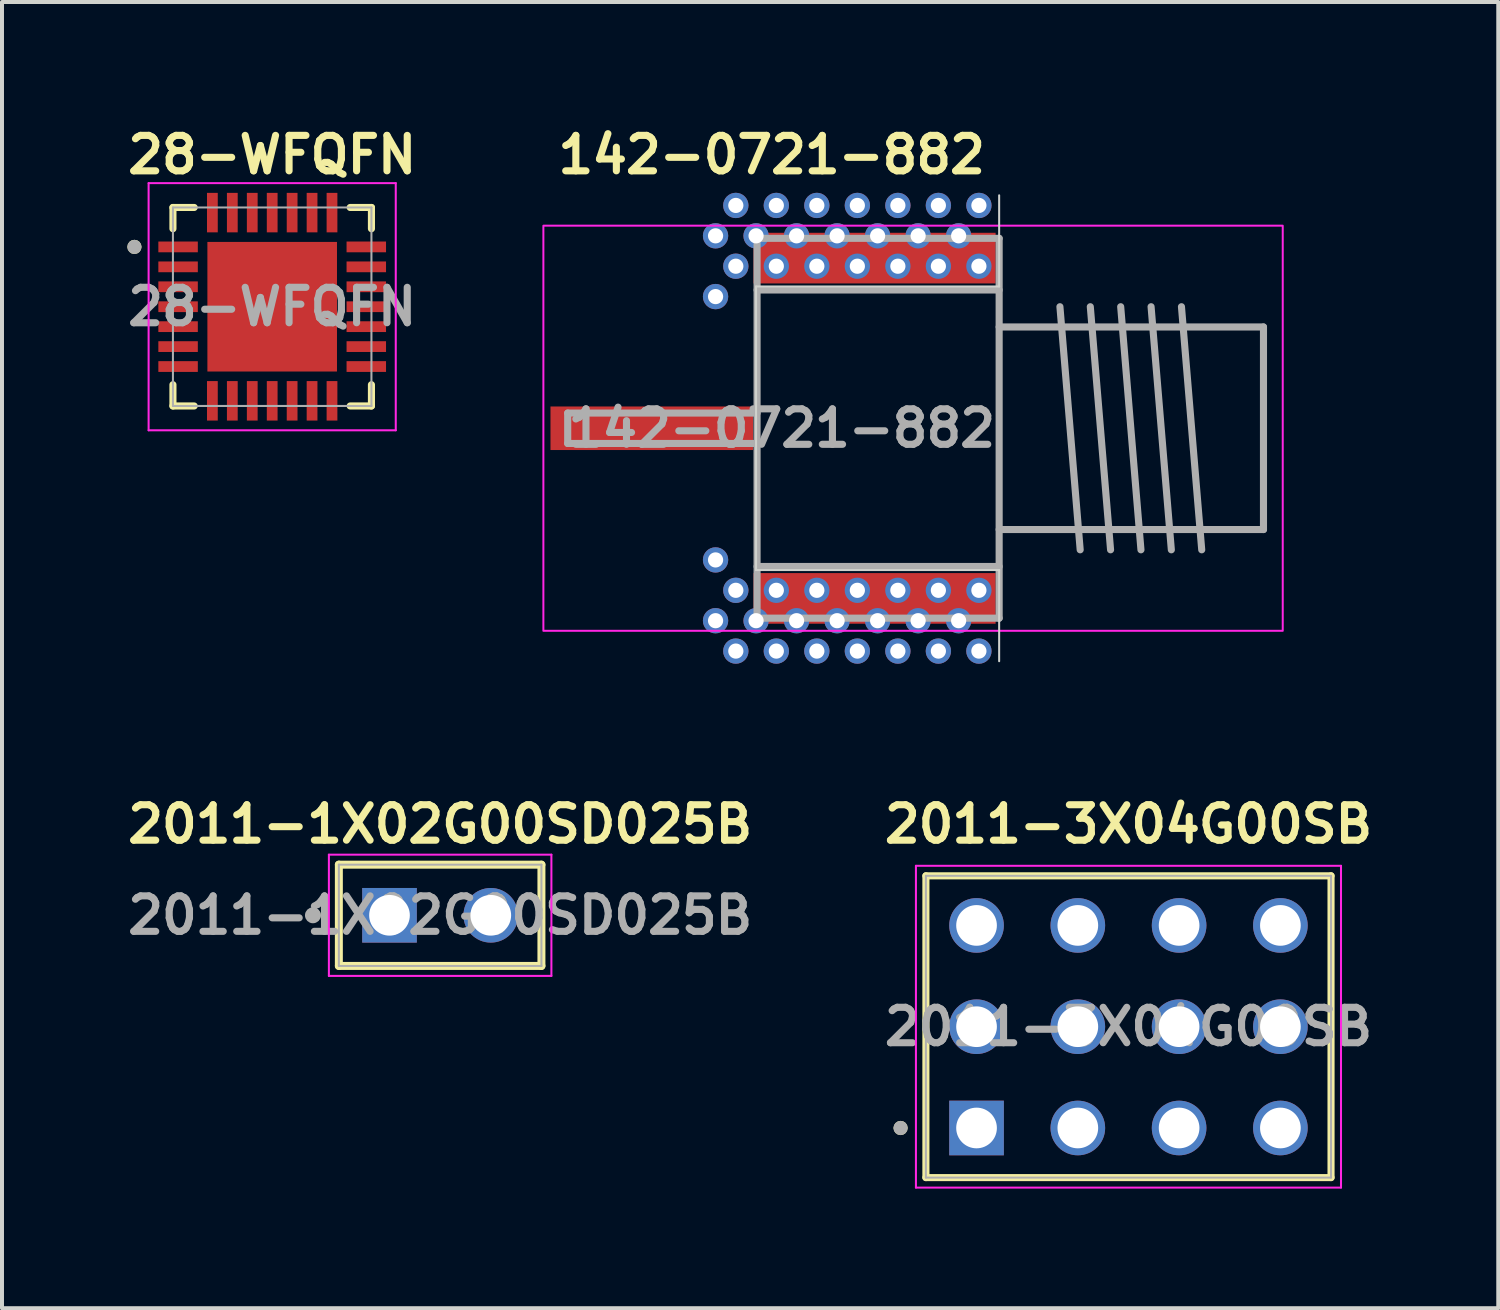
<source format=kicad_pcb>
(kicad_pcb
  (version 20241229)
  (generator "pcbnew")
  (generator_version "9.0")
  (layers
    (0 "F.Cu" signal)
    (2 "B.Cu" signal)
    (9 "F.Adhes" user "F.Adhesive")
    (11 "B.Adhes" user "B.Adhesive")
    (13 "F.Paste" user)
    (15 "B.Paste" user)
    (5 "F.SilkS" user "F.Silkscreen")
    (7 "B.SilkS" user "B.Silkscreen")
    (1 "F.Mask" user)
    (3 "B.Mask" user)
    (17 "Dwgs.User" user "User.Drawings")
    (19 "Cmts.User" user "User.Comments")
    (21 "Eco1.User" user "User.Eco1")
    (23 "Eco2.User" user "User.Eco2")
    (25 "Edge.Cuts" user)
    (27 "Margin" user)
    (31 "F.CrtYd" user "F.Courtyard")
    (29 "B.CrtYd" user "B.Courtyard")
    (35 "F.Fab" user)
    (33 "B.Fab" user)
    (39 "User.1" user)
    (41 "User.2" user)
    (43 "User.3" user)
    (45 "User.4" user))
  (footprint "2011-1X02G00SD025B"
    (layer "F.Cu")
    (at 7.988 19.904)
    (property "Reference" "2011-1X02G00SD025B" (at 0 -2.286 0) (layer "F.SilkS") (effects (font (size 0.889 0.889) (thickness 0.178))))
    (attr through_hole)
    (fp_line (start -2.54 1.27) (end -2.54 -1.27) (stroke (width 0.2) (type solid)) (layer "F.SilkS"))
    (fp_line (start 2.54 -1.27) (end -2.54 -1.27) (stroke (width 0.2) (type solid)) (layer "F.SilkS"))
    (fp_line (start 2.54 -1.27) (end 2.54 1.27) (stroke (width 0.2) (type solid)) (layer "F.SilkS"))
    (fp_line (start 2.54 1.27) (end -2.54 1.27) (stroke (width 0.2) (type solid)) (layer "F.SilkS"))
    (fp_circle (center -3.175 0) (end -3.086 0) (stroke (width 0.178) (type solid)) (fill no) (layer "F.SilkS"))
    (fp_line (start -2.79 -1.52) (end 2.79 -1.52) (stroke (width 0.051) (type solid)) (layer "F.CrtYd"))
    (fp_line (start -2.79 1.52) (end -2.79 -1.52) (stroke (width 0.051) (type solid)) (layer "F.CrtYd"))
    (fp_line (start 2.79 -1.52) (end 2.79 1.52) (stroke (width 0.051) (type solid)) (layer "F.CrtYd"))
    (fp_line (start 2.79 1.52) (end -2.79 1.52) (stroke (width 0.051) (type solid)) (layer "F.CrtYd"))
    (fp_line (start -2.54 -1.27) (end 2.54 -1.27) (stroke (width 0.051) (type solid)) (layer "F.Fab"))
    (fp_line (start -2.54 1.27) (end -2.54 -1.27) (stroke (width 0.051) (type solid)) (layer "F.Fab"))
    (fp_line (start 2.54 -1.27) (end 2.54 1.27) (stroke (width 0.051) (type solid)) (layer "F.Fab"))
    (fp_line (start 2.54 1.27) (end -2.54 1.27) (stroke (width 0.051) (type solid)) (layer "F.Fab"))
    (fp_circle (center -3.19 0) (end -3.09 0) (stroke (width 0.2) (type solid)) (fill no) (layer "F.Fab"))
    (fp_text user "${REFERENCE}" (at 0 0 0) (layer "F.Fab") (effects (font (size 0.889 0.889) (thickness 0.178) (bold yes))))
    (pad "01" thru_hole rect (at -1.27 0) (size 1.37 1.37) (drill 1.02) (layers "*.Cu" "*.Mask"))
    (pad "02" thru_hole circle (at 1.27 0) (size 1.37 1.37) (drill 1.02) (layers "*.Cu" "*.Mask")))
  (footprint "2011-3X04G00SB"
    (layer "F.Cu")
    (at 25.25 22.698)
    (property "Reference" "2011-3X04G00SB" (at 0 -5.08 0) (layer "F.SilkS") (effects (font (size 0.889 0.889) (thickness 0.178) (bold yes))))
    (attr through_hole)
    (fp_line (start -5.08 3.784) (end -5.08 -3.784) (stroke (width 0.178) (type solid)) (layer "F.SilkS"))
    (fp_line (start 5.08 -3.784) (end -5.08 -3.784) (stroke (width 0.178) (type solid)) (layer "F.SilkS"))
    (fp_line (start 5.08 -3.784) (end 5.08 3.784) (stroke (width 0.178) (type solid)) (layer "F.SilkS"))
    (fp_line (start 5.08 3.784) (end -5.08 3.784) (stroke (width 0.178) (type solid)) (layer "F.SilkS"))
    (fp_circle (center -5.715 2.54) (end -5.626 2.54) (stroke (width 0.178) (type solid)) (fill no) (layer "F.SilkS"))
    (fp_line (start -5.33 -4.035) (end 5.33 -4.035) (stroke (width 0.051) (type solid)) (layer "F.CrtYd"))
    (fp_line (start -5.33 4.035) (end -5.33 -4.035) (stroke (width 0.051) (type solid)) (layer "F.CrtYd"))
    (fp_line (start 5.33 -4.035) (end 5.33 4.035) (stroke (width 0.051) (type solid)) (layer "F.CrtYd"))
    (fp_line (start 5.33 4.035) (end -5.33 4.035) (stroke (width 0.051) (type solid)) (layer "F.CrtYd"))
    (fp_line (start -5.08 -3.784) (end 5.08 -3.784) (stroke (width 0.051) (type solid)) (layer "F.Fab"))
    (fp_line (start -5.08 3.784) (end -5.08 -3.784) (stroke (width 0.051) (type solid)) (layer "F.Fab"))
    (fp_line (start 5.08 -3.784) (end 5.08 3.784) (stroke (width 0.051) (type solid)) (layer "F.Fab"))
    (fp_line (start 5.08 3.784) (end -5.08 3.784) (stroke (width 0.051) (type solid)) (layer "F.Fab"))
    (fp_circle (center -5.715 2.54) (end -5.626 2.54) (stroke (width 0.178) (type solid)) (fill no) (layer "F.Fab"))
    (fp_text user "${REFERENCE}" (at 0 0 0) (layer "F.Fab") (effects (font (size 0.889 0.889) (thickness 0.178) (bold yes))))
    (pad "01" thru_hole rect (at -3.81 2.54) (size 1.37 1.37) (drill 1.02) (layers "*.Cu" "*.Mask"))
    (pad "02" thru_hole circle (at -3.81 0) (size 1.37 1.37) (drill 1.02) (layers "*.Cu" "*.Mask"))
    (pad "03" thru_hole circle (at -3.81 -2.54) (size 1.37 1.37) (drill 1.02) (layers "*.Cu" "*.Mask"))
    (pad "04" thru_hole circle (at -1.27 2.54) (size 1.37 1.37) (drill 1.02) (layers "*.Cu" "*.Mask"))
    (pad "05" thru_hole circle (at -1.27 0) (size 1.37 1.37) (drill 1.02) (layers "*.Cu" "*.Mask"))
    (pad "06" thru_hole circle (at -1.27 -2.54) (size 1.37 1.37) (drill 1.02) (layers "*.Cu" "*.Mask"))
    (pad "07" thru_hole circle (at 1.27 2.54) (size 1.37 1.37) (drill 1.02) (layers "*.Cu" "*.Mask"))
    (pad "08" thru_hole circle (at 1.27 0) (size 1.37 1.37) (drill 1.02) (layers "*.Cu" "*.Mask"))
    (pad "09" thru_hole circle (at 1.27 -2.54) (size 1.37 1.37) (drill 1.02) (layers "*.Cu" "*.Mask"))
    (pad "10" thru_hole circle (at 3.81 2.54) (size 1.37 1.37) (drill 1.02) (layers "*.Cu" "*.Mask"))
    (pad "11" thru_hole circle (at 3.81 0) (size 1.37 1.37) (drill 1.02) (layers "*.Cu" "*.Mask"))
    (pad "12" thru_hole circle (at 3.81 -2.54) (size 1.37 1.37) (drill 1.02) (layers "*.Cu" "*.Mask")))
  (footprint "28-WFQFN"
    (layer "F.Cu")
    (at 3.776 4.642)
    (property "Reference" "28-WFQFN" (at 0 -3.81 0) (layer "F.SilkS") (effects (font (size 0.889 0.889) (thickness 0.178))))
    (attr smd)
    (fp_line (start -2.489 -2.489) (end -1.956 -2.489) (stroke (width 0.178) (type solid)) (layer "F.SilkS"))
    (fp_line (start -2.489 -1.956) (end -2.489 -2.489) (stroke (width 0.178) (type solid)) (layer "F.SilkS"))
    (fp_line (start -2.489 2.489) (end -2.489 1.956) (stroke (width 0.178) (type solid)) (layer "F.SilkS"))
    (fp_line (start -1.956 2.489) (end -2.489 2.489) (stroke (width 0.178) (type solid)) (layer "F.SilkS"))
    (fp_line (start 1.956 -2.489) (end 2.489 -2.489) (stroke (width 0.178) (type solid)) (layer "F.SilkS"))
    (fp_line (start 2.489 -2.489) (end 2.489 -1.956) (stroke (width 0.178) (type solid)) (layer "F.SilkS"))
    (fp_line (start 2.489 2.489) (end 1.956 2.489) (stroke (width 0.178) (type solid)) (layer "F.SilkS"))
    (fp_line (start 2.489 2.489) (end 2.489 1.956) (stroke (width 0.178) (type solid)) (layer "F.SilkS"))
    (fp_circle (center -3.455 -1.5) (end -3.366 -1.5) (stroke (width 0.178) (type solid)) (fill no) (layer "F.SilkS"))
    (fp_poly (pts (xy -1.028 -1.028) (xy 1.028 -1.028) (xy 1.028 1.028) (xy -1.028 1.028)) (stroke (width 0.01) (type solid)) (fill yes) (layer "F.Paste"))
    (fp_line (start -3.099 -3.099) (end -3.099 3.099) (stroke (width 0.051) (type solid)) (layer "F.CrtYd"))
    (fp_line (start -3.099 3.099) (end 3.099 3.099) (stroke (width 0.051) (type solid)) (layer "F.CrtYd"))
    (fp_line (start 3.099 -3.099) (end -3.099 -3.099) (stroke (width 0.051) (type solid)) (layer "F.CrtYd"))
    (fp_line (start 3.099 3.099) (end 3.099 -3.099) (stroke (width 0.051) (type solid)) (layer "F.CrtYd"))
    (fp_line (start -2.489 -2.489) (end 2.489 -2.489) (stroke (width 0.051) (type solid)) (layer "F.Fab"))
    (fp_line (start -2.489 2.489) (end -2.489 -2.489) (stroke (width 0.051) (type solid)) (layer "F.Fab"))
    (fp_line (start 2.489 -2.489) (end 2.489 2.489) (stroke (width 0.051) (type solid)) (layer "F.Fab"))
    (fp_line (start 2.489 2.489) (end -2.489 2.489) (stroke (width 0.051) (type solid)) (layer "F.Fab"))
    (fp_circle (center -3.455 -1.5) (end -3.366 -1.5) (stroke (width 0.178) (type solid)) (fill no) (layer "F.Fab"))
    (fp_text user "${REFERENCE}" (at 0 0 0) (layer "F.Fab") (effects (font (size 0.889 0.889) (thickness 0.178) (bold yes))))
    (pad "1" smd rect (at -2.36 -1.5) (size 0.99 0.27) (layers "F.Cu" "F.Mask" "F.Paste"))
    (pad "2" smd rect (at -2.36 -1) (size 0.99 0.27) (layers "F.Cu" "F.Mask" "F.Paste"))
    (pad "3" smd rect (at -2.36 -0.5) (size 0.99 0.27) (layers "F.Cu" "F.Mask" "F.Paste"))
    (pad "4" smd rect (at -2.36 0) (size 0.99 0.27) (layers "F.Cu" "F.Mask" "F.Paste"))
    (pad "5" smd rect (at -2.36 0.5) (size 0.99 0.27) (layers "F.Cu" "F.Mask" "F.Paste"))
    (pad "6" smd rect (at -2.36 1) (size 0.99 0.27) (layers "F.Cu" "F.Mask" "F.Paste"))
    (pad "7" smd rect (at -2.36 1.5) (size 0.99 0.27) (layers "F.Cu" "F.Mask" "F.Paste"))
    (pad "8" smd rect (at -1.5 2.36) (size 0.27 0.99) (layers "F.Cu" "F.Mask" "F.Paste"))
    (pad "9" smd rect (at -1 2.36) (size 0.27 0.99) (layers "F.Cu" "F.Mask" "F.Paste"))
    (pad "10" smd rect (at -0.5 2.36) (size 0.27 0.99) (layers "F.Cu" "F.Mask" "F.Paste"))
    (pad "11" smd rect (at 0 2.36) (size 0.27 0.99) (layers "F.Cu" "F.Mask" "F.Paste"))
    (pad "12" smd rect (at 0.5 2.36) (size 0.27 0.99) (layers "F.Cu" "F.Mask" "F.Paste"))
    (pad "13" smd rect (at 1 2.36) (size 0.27 0.99) (layers "F.Cu" "F.Mask" "F.Paste"))
    (pad "14" smd rect (at 1.5 2.36) (size 0.27 0.99) (layers "F.Cu" "F.Mask" "F.Paste"))
    (pad "15" smd rect (at 2.36 1.5) (size 0.99 0.27) (layers "F.Cu" "F.Mask" "F.Paste"))
    (pad "16" smd rect (at 2.36 1) (size 0.99 0.27) (layers "F.Cu" "F.Mask" "F.Paste"))
    (pad "17" smd rect (at 2.36 0.5) (size 0.99 0.27) (layers "F.Cu" "F.Mask" "F.Paste"))
    (pad "18" smd rect (at 2.36 0) (size 0.99 0.27) (layers "F.Cu" "F.Mask" "F.Paste"))
    (pad "19" smd rect (at 2.36 -0.5) (size 0.99 0.27) (layers "F.Cu" "F.Mask" "F.Paste"))
    (pad "20" smd rect (at 2.36 -1) (size 0.99 0.27) (layers "F.Cu" "F.Mask" "F.Paste"))
    (pad "21" smd rect (at 2.36 -1.5) (size 0.99 0.27) (layers "F.Cu" "F.Mask" "F.Paste"))
    (pad "22" smd rect (at 1.5 -2.36) (size 0.27 0.99) (layers "F.Cu" "F.Mask" "F.Paste"))
    (pad "23" smd rect (at 1 -2.36) (size 0.27 0.99) (layers "F.Cu" "F.Mask" "F.Paste"))
    (pad "24" smd rect (at 0.5 -2.36) (size 0.27 0.99) (layers "F.Cu" "F.Mask" "F.Paste"))
    (pad "25" smd rect (at 0 -2.36) (size 0.27 0.99) (layers "F.Cu" "F.Mask" "F.Paste"))
    (pad "26" smd rect (at -0.5 -2.36) (size 0.27 0.99) (layers "F.Cu" "F.Mask" "F.Paste"))
    (pad "27" smd rect (at -1 -2.36) (size 0.27 0.99) (layers "F.Cu" "F.Mask" "F.Paste"))
    (pad "28" smd rect (at -1.5 -2.36) (size 0.27 0.99) (layers "F.Cu" "F.Mask" "F.Paste"))
    (pad "29" smd rect (at 0 0) (size 3.25 3.25) (layers "F.Cu" "F.Mask")))
  (footprint "142-0721-882"
    (layer "F.Cu")
    (at 22.007 7.69)
    (property "Reference" "142-0721-882" (at -0.254 -6.858 0) (layer "F.SilkS") (effects (font (size 0.889 0.889) (thickness 0.178)) (justify right)))
    (attr smd)
    (fp_rect (start -11.151 -2.54) (end -7.595 2.54) (stroke (width 0) (type solid)) (fill yes) (layer "F.Mask"))
    (fp_rect (start -7.62 -6.096) (end 0 6.096) (stroke (width 0) (type solid)) (fill yes) (layer "F.Mask"))
    (fp_line (start -6.096 -3.556) (end -6.096 3.556) (stroke (width 0.051) (type default)) (layer "Edge.Cuts"))
    (fp_line (start -6.096 3.556) (end 0 3.556) (stroke (width 0.051) (type default)) (layer "Edge.Cuts"))
    (fp_line (start 0 -5.842) (end 0 -3.556) (stroke (width 0.051) (type default)) (layer "Edge.Cuts"))
    (fp_line (start 0 -3.556) (end -6.096 -3.556) (stroke (width 0.051) (type default)) (layer "Edge.Cuts"))
    (fp_line (start 0 3.556) (end 0 5.842) (stroke (width 0.051) (type default)) (layer "Edge.Cuts"))
    (fp_rect (start -11.43 -5.08) (end 7.112 5.08) (stroke (width 0.05) (type default)) (fill no) (layer "F.CrtYd"))
    (fp_line (start -10.82 -0.381) (end -6.071 -0.381) (stroke (width 0.178) (type default)) (layer "F.Fab"))
    (fp_line (start -10.82 0.381) (end -10.82 -0.381) (stroke (width 0.178) (type default)) (layer "F.Fab"))
    (fp_line (start -10.82 0.381) (end -6.071 0.381) (stroke (width 0.178) (type default)) (layer "F.Fab"))
    (fp_line (start -6.071 -4.763) (end 0 -4.763) (stroke (width 0.178) (type default)) (layer "F.Fab"))
    (fp_line (start -6.071 -3.467) (end 0 -3.467) (stroke (width 0.178) (type default)) (layer "F.Fab"))
    (fp_line (start -6.071 4.763) (end -6.071 -4.763) (stroke (width 0.178) (type default)) (layer "F.Fab"))
    (fp_line (start -6.071 4.763) (end 0 4.763) (stroke (width 0.178) (type default)) (layer "F.Fab"))
    (fp_line (start 0 -2.54) (end 6.629 -2.54) (stroke (width 0.178) (type default)) (layer "F.Fab"))
    (fp_line (start 0 2.54) (end 6.629 2.54) (stroke (width 0.178) (type default)) (layer "F.Fab"))
    (fp_line (start 0 3.467) (end -6.071 3.467) (stroke (width 0.178) (type default)) (layer "F.Fab"))
    (fp_line (start 0 4.763) (end 0 -4.763) (stroke (width 0.178) (type default)) (layer "F.Fab"))
    (fp_line (start 1.524 -3.048) (end 2.032 3.048) (stroke (width 0.178) (type default)) (layer "F.Fab"))
    (fp_line (start 2.286 -3.048) (end 2.794 3.048) (stroke (width 0.178) (type default)) (layer "F.Fab"))
    (fp_line (start 3.048 -3.048) (end 3.556 3.048) (stroke (width 0.178) (type default)) (layer "F.Fab"))
    (fp_line (start 3.81 -3.048) (end 4.318 3.048) (stroke (width 0.178) (type default)) (layer "F.Fab"))
    (fp_line (start 4.572 -3.048) (end 5.08 3.048) (stroke (width 0.178) (type default)) (layer "F.Fab"))
    (fp_line (start 6.629 2.54) (end 6.629 -2.54) (stroke (width 0.178) (type default)) (layer "F.Fab"))
    (fp_text user "${REFERENCE}" (at 0 0 0) (layer "F.Fab") (effects (font (size 0.889 0.889) (thickness 0.178) (bold yes)) (justify right)))
    (pad "0" thru_hole circle (at -7.112 -4.826) (size 0.635 0.635) (drill 0.381) (layers "*.Cu" "*.Mask"))
    (pad "0" thru_hole circle (at -7.112 -3.302) (size 0.635 0.635) (drill 0.381) (layers "*.Cu" "*.Mask"))
    (pad "0" thru_hole circle (at -7.112 3.302) (size 0.635 0.635) (drill 0.381) (layers "*.Cu" "*.Mask"))
    (pad "0" thru_hole circle (at -7.112 4.826) (size 0.635 0.635) (drill 0.381) (layers "*.Cu" "*.Mask"))
    (pad "0" thru_hole circle (at -6.604 -5.588) (size 0.635 0.635) (drill 0.381) (layers "*.Cu" "*.Mask"))
    (pad "0" thru_hole circle (at -6.604 -4.064) (size 0.635 0.635) (drill 0.381) (layers "*.Cu" "*.Mask"))
    (pad "0" thru_hole circle (at -6.604 4.064) (size 0.635 0.635) (drill 0.381) (layers "*.Cu" "*.Mask"))
    (pad "0" thru_hole circle (at -6.604 5.588) (size 0.635 0.635) (drill 0.381) (layers "*.Cu" "*.Mask"))
    (pad "0" thru_hole circle (at -6.096 -4.826) (size 0.635 0.635) (drill 0.381) (layers "*.Cu" "*.Mask"))
    (pad "0" thru_hole circle (at -6.096 4.826) (size 0.635 0.635) (drill 0.381) (layers "*.Cu" "*.Mask"))
    (pad "0" thru_hole circle (at -5.588 -5.588) (size 0.635 0.635) (drill 0.381) (layers "*.Cu" "*.Mask"))
    (pad "0" thru_hole circle (at -5.588 -4.064) (size 0.635 0.635) (drill 0.381) (layers "*.Cu" "*.Mask"))
    (pad "0" thru_hole circle (at -5.588 4.064) (size 0.635 0.635) (drill 0.381) (layers "*.Cu" "*.Mask"))
    (pad "0" thru_hole circle (at -5.588 5.588) (size 0.635 0.635) (drill 0.381) (layers "*.Cu" "*.Mask"))
    (pad "0" thru_hole circle (at -5.08 -4.826) (size 0.635 0.635) (drill 0.381) (layers "*.Cu" "*.Mask"))
    (pad "0" thru_hole circle (at -5.08 4.826) (size 0.635 0.635) (drill 0.381) (layers "*.Cu" "*.Mask"))
    (pad "0" thru_hole circle (at -4.572 -5.588) (size 0.635 0.635) (drill 0.381) (layers "*.Cu" "*.Mask"))
    (pad "0" thru_hole circle (at -4.572 -4.064) (size 0.635 0.635) (drill 0.381) (layers "*.Cu" "*.Mask"))
    (pad "0" thru_hole circle (at -4.572 4.064) (size 0.635 0.635) (drill 0.381) (layers "*.Cu" "*.Mask"))
    (pad "0" thru_hole circle (at -4.572 5.588) (size 0.635 0.635) (drill 0.381) (layers "*.Cu" "*.Mask"))
    (pad "0" thru_hole circle (at -4.064 -4.826) (size 0.635 0.635) (drill 0.381) (layers "*.Cu" "*.Mask"))
    (pad "0" thru_hole circle (at -4.064 4.826) (size 0.635 0.635) (drill 0.381) (layers "*.Cu" "*.Mask"))
    (pad "0" thru_hole circle (at -3.556 -5.588) (size 0.635 0.635) (drill 0.381) (layers "*.Cu" "*.Mask"))
    (pad "0" thru_hole circle (at -3.556 -4.064) (size 0.635 0.635) (drill 0.381) (layers "*.Cu" "*.Mask"))
    (pad "0" thru_hole circle (at -3.556 4.064) (size 0.635 0.635) (drill 0.381) (layers "*.Cu" "*.Mask"))
    (pad "0" thru_hole circle (at -3.556 5.588) (size 0.635 0.635) (drill 0.381) (layers "*.Cu" "*.Mask"))
    (pad "0" smd rect (at -3.124 -4.267) (size 6.071 1.27) (layers "F.Cu" "F.Mask" "F.Paste"))
    (pad "0" smd rect (at -3.124 4.267) (size 6.071 1.27) (layers "F.Cu" "F.Mask" "F.Paste"))
    (pad "0" thru_hole circle (at -3.048 -4.826) (size 0.635 0.635) (drill 0.381) (layers "*.Cu" "*.Mask"))
    (pad "0" thru_hole circle (at -3.048 4.826) (size 0.635 0.635) (drill 0.381) (layers "*.Cu" "*.Mask"))
    (pad "0" thru_hole circle (at -2.54 -5.588) (size 0.635 0.635) (drill 0.381) (layers "*.Cu" "*.Mask"))
    (pad "0" thru_hole circle (at -2.54 -4.064) (size 0.635 0.635) (drill 0.381) (layers "*.Cu" "*.Mask"))
    (pad "0" thru_hole circle (at -2.54 4.064) (size 0.635 0.635) (drill 0.381) (layers "*.Cu" "*.Mask"))
    (pad "0" thru_hole circle (at -2.54 5.588) (size 0.635 0.635) (drill 0.381) (layers "*.Cu" "*.Mask"))
    (pad "0" thru_hole circle (at -2.032 -4.826) (size 0.635 0.635) (drill 0.381) (layers "*.Cu" "*.Mask"))
    (pad "0" thru_hole circle (at -2.032 4.826) (size 0.635 0.635) (drill 0.381) (layers "*.Cu" "*.Mask"))
    (pad "0" thru_hole circle (at -1.524 -5.588) (size 0.635 0.635) (drill 0.381) (layers "*.Cu" "*.Mask"))
    (pad "0" thru_hole circle (at -1.524 -4.064) (size 0.635 0.635) (drill 0.381) (layers "*.Cu" "*.Mask"))
    (pad "0" thru_hole circle (at -1.524 4.064) (size 0.635 0.635) (drill 0.381) (layers "*.Cu" "*.Mask"))
    (pad "0" thru_hole circle (at -1.524 5.588) (size 0.635 0.635) (drill 0.381) (layers "*.Cu" "*.Mask"))
    (pad "0" thru_hole circle (at -1.016 -4.826) (size 0.635 0.635) (drill 0.381) (layers "*.Cu" "*.Mask"))
    (pad "0" thru_hole circle (at -1.016 4.826) (size 0.635 0.635) (drill 0.381) (layers "*.Cu" "*.Mask"))
    (pad "0" thru_hole circle (at -0.508 -5.588) (size 0.635 0.635) (drill 0.381) (layers "*.Cu" "*.Mask"))
    (pad "0" thru_hole circle (at -0.508 -4.064) (size 0.635 0.635) (drill 0.381) (layers "*.Cu" "*.Mask"))
    (pad "0" thru_hole circle (at -0.508 4.064) (size 0.635 0.635) (drill 0.381) (layers "*.Cu" "*.Mask"))
    (pad "0" thru_hole circle (at -0.508 5.588) (size 0.635 0.635) (drill 0.381) (layers "*.Cu" "*.Mask"))
    (pad "1" smd rect (at -8.712 0) (size 5.08 1.092) (layers "F.Cu" "F.Mask" "F.Paste"))
    (zone (net_name "") (layer "F.Cu") (hatch edge 0.5) (connect_pads) (min_thickness 0.25) (filled_areas_thickness no) (keepout (tracks allowed) (vias allowed) (pads allowed) (copperpour not_allowed) (footprints allowed)) (placement (enabled no)) (fill) (polygon (pts (xy 10.857 5.15) (xy 10.857 10.23) (xy 15.937 10.23) (xy 15.937 5.15)))))
  (gr_rect
    (start -3 -3)
    (end 34.524 29.758)
    (stroke (width 0.1) (type default))
    (fill no)
    (layer "Edge.Cuts")))
</source>
